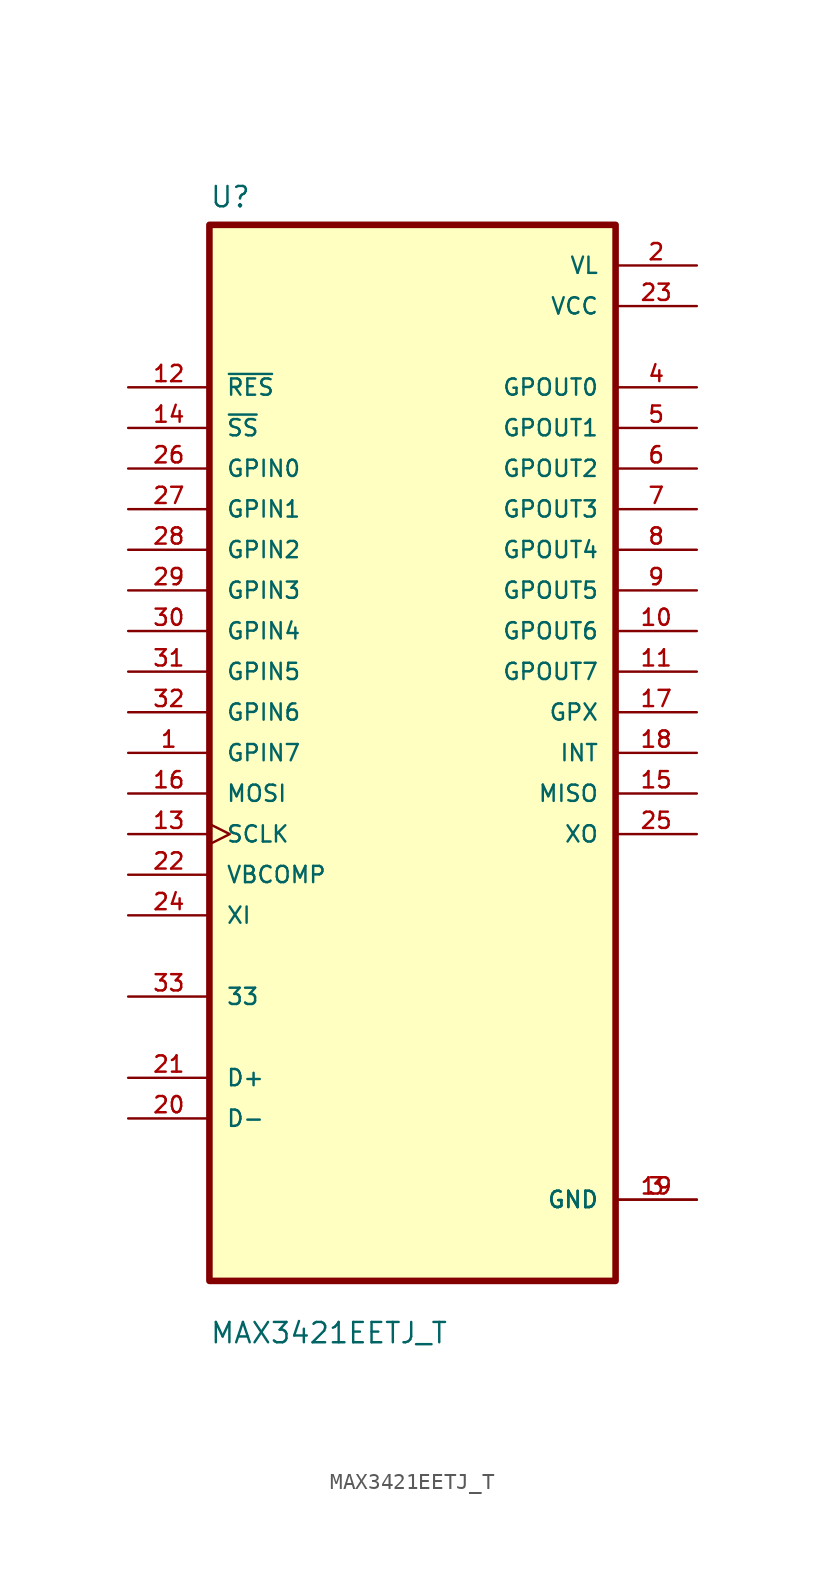
<source format=kicad_sym>
(kicad_symbol_lib
  (version 20211014)
  (generator kicad_symbol_editor)
  (symbol "MAX3421EETJ_T"
    (pin_names
      (offset 1.016))
    (property "Reference" "U"
      (at -12.7 34.02 0.0)
      (effects (font (size 1.27 1.27)) (justify bottom left)))
    (property "Value" "MAX3421EETJ_T"
      (at -12.7 -37.02 0.0)
      (effects (font (size 1.27 1.27)) (justify bottom left)))
    (symbol "MAX3421EETJ_T_0_0"
      (rectangle (start -12.7 -33.02) (end 12.7 33.02) (stroke (width 0.41)) (fill (type background)))
      (pin input line (at -17.78 22.86 0) (length 5.08) (name "~{RES}" (effects (font (size 1.016 1.016)))) (number "12" (effects (font (size 1.016 1.016)))))
      (pin input line (at -17.78 20.32 0) (length 5.08) (name "~{SS}" (effects (font (size 1.016 1.016)))) (number "14" (effects (font (size 1.016 1.016)))))
      (pin input line (at -17.78 17.78 0) (length 5.08) (name "GPIN0" (effects (font (size 1.016 1.016)))) (number "26" (effects (font (size 1.016 1.016)))))
      (pin input line (at -17.78 15.24 0) (length 5.08) (name "GPIN1" (effects (font (size 1.016 1.016)))) (number "27" (effects (font (size 1.016 1.016)))))
      (pin input line (at -17.78 12.7 0) (length 5.08) (name "GPIN2" (effects (font (size 1.016 1.016)))) (number "28" (effects (font (size 1.016 1.016)))))
      (pin input line (at -17.78 10.16 0) (length 5.08) (name "GPIN3" (effects (font (size 1.016 1.016)))) (number "29" (effects (font (size 1.016 1.016)))))
      (pin input line (at -17.78 7.62 0) (length 5.08) (name "GPIN4" (effects (font (size 1.016 1.016)))) (number "30" (effects (font (size 1.016 1.016)))))
      (pin input line (at -17.78 5.08 0) (length 5.08) (name "GPIN5" (effects (font (size 1.016 1.016)))) (number "31" (effects (font (size 1.016 1.016)))))
      (pin input line (at -17.78 2.54 0) (length 5.08) (name "GPIN6" (effects (font (size 1.016 1.016)))) (number "32" (effects (font (size 1.016 1.016)))))
      (pin input line (at -17.78 1.06581e-14 0) (length 5.08) (name "GPIN7" (effects (font (size 1.016 1.016)))) (number "1" (effects (font (size 1.016 1.016)))))
      (pin input line (at -17.78 -2.54 0) (length 5.08) (name "MOSI" (effects (font (size 1.016 1.016)))) (number "16" (effects (font (size 1.016 1.016)))))
      (pin input clock (at -17.78 -5.08 0) (length 5.08) (name "SCLK" (effects (font (size 1.016 1.016)))) (number "13" (effects (font (size 1.016 1.016)))))
      (pin input line (at -17.78 -7.62 0) (length 5.08) (name "VBCOMP" (effects (font (size 1.016 1.016)))) (number "22" (effects (font (size 1.016 1.016)))))
      (pin input line (at -17.78 -10.16 0) (length 5.08) (name "XI" (effects (font (size 1.016 1.016)))) (number "24" (effects (font (size 1.016 1.016)))))
      (pin bidirectional line (at -17.78 -15.24 0) (length 5.08) (name "33" (effects (font (size 1.016 1.016)))) (number "33" (effects (font (size 1.016 1.016)))))
      (pin bidirectional line (at -17.78 -20.32 0) (length 5.08) (name "D+" (effects (font (size 1.016 1.016)))) (number "21" (effects (font (size 1.016 1.016)))))
      (pin bidirectional line (at -17.78 -22.86 0) (length 5.08) (name "D-" (effects (font (size 1.016 1.016)))) (number "20" (effects (font (size 1.016 1.016)))))
      (pin power_in line (at 17.78 30.48 180.0) (length 5.08) (name "VL" (effects (font (size 1.016 1.016)))) (number "2" (effects (font (size 1.016 1.016)))))
      (pin power_in line (at 17.78 27.94 180.0) (length 5.08) (name "VCC" (effects (font (size 1.016 1.016)))) (number "23" (effects (font (size 1.016 1.016)))))
      (pin output line (at 17.78 22.86 180.0) (length 5.08) (name "GPOUT0" (effects (font (size 1.016 1.016)))) (number "4" (effects (font (size 1.016 1.016)))))
      (pin output line (at 17.78 20.32 180.0) (length 5.08) (name "GPOUT1" (effects (font (size 1.016 1.016)))) (number "5" (effects (font (size 1.016 1.016)))))
      (pin output line (at 17.78 17.78 180.0) (length 5.08) (name "GPOUT2" (effects (font (size 1.016 1.016)))) (number "6" (effects (font (size 1.016 1.016)))))
      (pin output line (at 17.78 15.24 180.0) (length 5.08) (name "GPOUT3" (effects (font (size 1.016 1.016)))) (number "7" (effects (font (size 1.016 1.016)))))
      (pin output line (at 17.78 12.7 180.0) (length 5.08) (name "GPOUT4" (effects (font (size 1.016 1.016)))) (number "8" (effects (font (size 1.016 1.016)))))
      (pin output line (at 17.78 10.16 180.0) (length 5.08) (name "GPOUT5" (effects (font (size 1.016 1.016)))) (number "9" (effects (font (size 1.016 1.016)))))
      (pin output line (at 17.78 7.62 180.0) (length 5.08) (name "GPOUT6" (effects (font (size 1.016 1.016)))) (number "10" (effects (font (size 1.016 1.016)))))
      (pin output line (at 17.78 5.08 180.0) (length 5.08) (name "GPOUT7" (effects (font (size 1.016 1.016)))) (number "11" (effects (font (size 1.016 1.016)))))
      (pin output line (at 17.78 2.54 180.0) (length 5.08) (name "GPX" (effects (font (size 1.016 1.016)))) (number "17" (effects (font (size 1.016 1.016)))))
      (pin output line (at 17.78 1.06581e-14 180.0) (length 5.08) (name "INT" (effects (font (size 1.016 1.016)))) (number "18" (effects (font (size 1.016 1.016)))))
      (pin output line (at 17.78 -2.54 180.0) (length 5.08) (name "MISO" (effects (font (size 1.016 1.016)))) (number "15" (effects (font (size 1.016 1.016)))))
      (pin output line (at 17.78 -5.08 180.0) (length 5.08) (name "XO" (effects (font (size 1.016 1.016)))) (number "25" (effects (font (size 1.016 1.016)))))
      (pin power_in line (at 17.78 -27.94 180.0) (length 5.08) (name "GND" (effects (font (size 1.016 1.016)))) (number "3" (effects (font (size 1.016 1.016)))))
      (pin power_in line (at 17.78 -27.94 180.0) (length 5.08) (name "GND" (effects (font (size 1.016 1.016)))) (number "19" (effects (font (size 1.016 1.016))))))))
</source>
